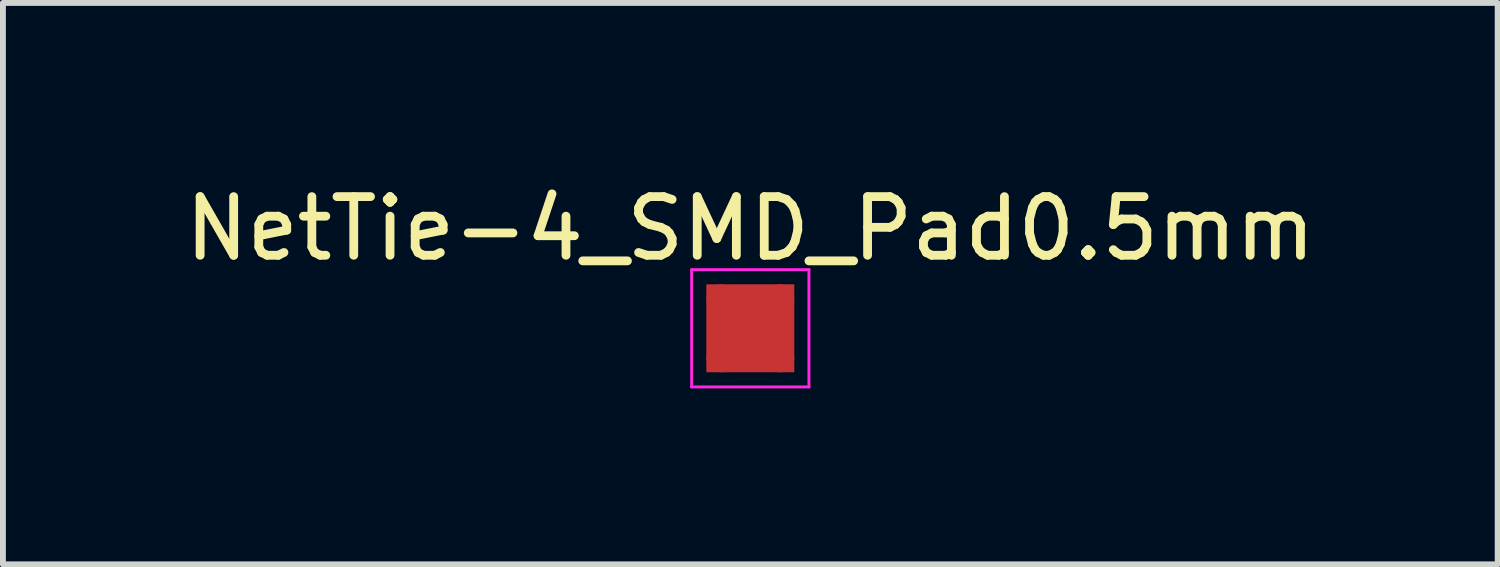
<source format=kicad_pcb>
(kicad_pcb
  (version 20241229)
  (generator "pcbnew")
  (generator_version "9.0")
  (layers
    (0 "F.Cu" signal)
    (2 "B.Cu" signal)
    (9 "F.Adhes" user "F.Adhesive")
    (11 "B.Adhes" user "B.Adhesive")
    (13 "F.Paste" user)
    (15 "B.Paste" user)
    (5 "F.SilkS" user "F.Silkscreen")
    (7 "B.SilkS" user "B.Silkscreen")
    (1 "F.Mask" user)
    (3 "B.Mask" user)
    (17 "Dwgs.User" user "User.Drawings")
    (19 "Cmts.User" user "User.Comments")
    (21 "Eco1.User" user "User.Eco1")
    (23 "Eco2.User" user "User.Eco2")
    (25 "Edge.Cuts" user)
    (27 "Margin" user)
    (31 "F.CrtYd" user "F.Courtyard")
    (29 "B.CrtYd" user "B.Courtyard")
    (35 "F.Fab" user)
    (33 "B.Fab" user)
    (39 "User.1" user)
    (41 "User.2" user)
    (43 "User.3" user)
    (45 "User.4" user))
  (footprint "NetTie-4_SMD_Pad0.5mm"
    (layer "F.Cu")
    (at 9.744 2.548)
    (property "Reference" "NetTie-4_SMD_Pad0.5mm" (at 0 -1.7 0) (layer "F.SilkS") (effects (font (size 1 1) (thickness 0.15))))
    (attr exclude_from_pos_files exclude_from_bom)
    (fp_poly (pts (xy -0.75 -0.75) (xy 0.75 -0.75) (xy 0.75 0.75) (xy -0.75 0.75)) (stroke (width 0) (type solid)) (fill yes) (layer "F.Cu"))
    (fp_line (start -1 -1) (end -1 1) (stroke (width 0.05) (type solid)) (layer "F.CrtYd"))
    (fp_line (start -1 1) (end 1 1) (stroke (width 0.05) (type solid)) (layer "F.CrtYd"))
    (fp_line (start 1 -1) (end -1 -1) (stroke (width 0.05) (type solid)) (layer "F.CrtYd"))
    (fp_line (start 1 1) (end 1 -1) (stroke (width 0.05) (type solid)) (layer "F.CrtYd"))
    (pad "1" smd circle (at -0.5 -0.5) (size 0.5 0.5) (layers "F.Cu"))
    (pad "2" smd circle (at 0.5 -0.5) (size 0.5 0.5) (layers "F.Cu"))
    (pad "3" smd circle (at -0.5 0.5) (size 0.5 0.5) (layers "F.Cu"))
    (pad "4" smd circle (at 0.5 0.5) (size 0.5 0.5) (layers "F.Cu")))
  (gr_rect
    (start -3 -3)
    (end 22.488 6.573)
    (stroke (width 0.1) (type default))
    (fill no)
    (layer "Edge.Cuts")))
</source>
